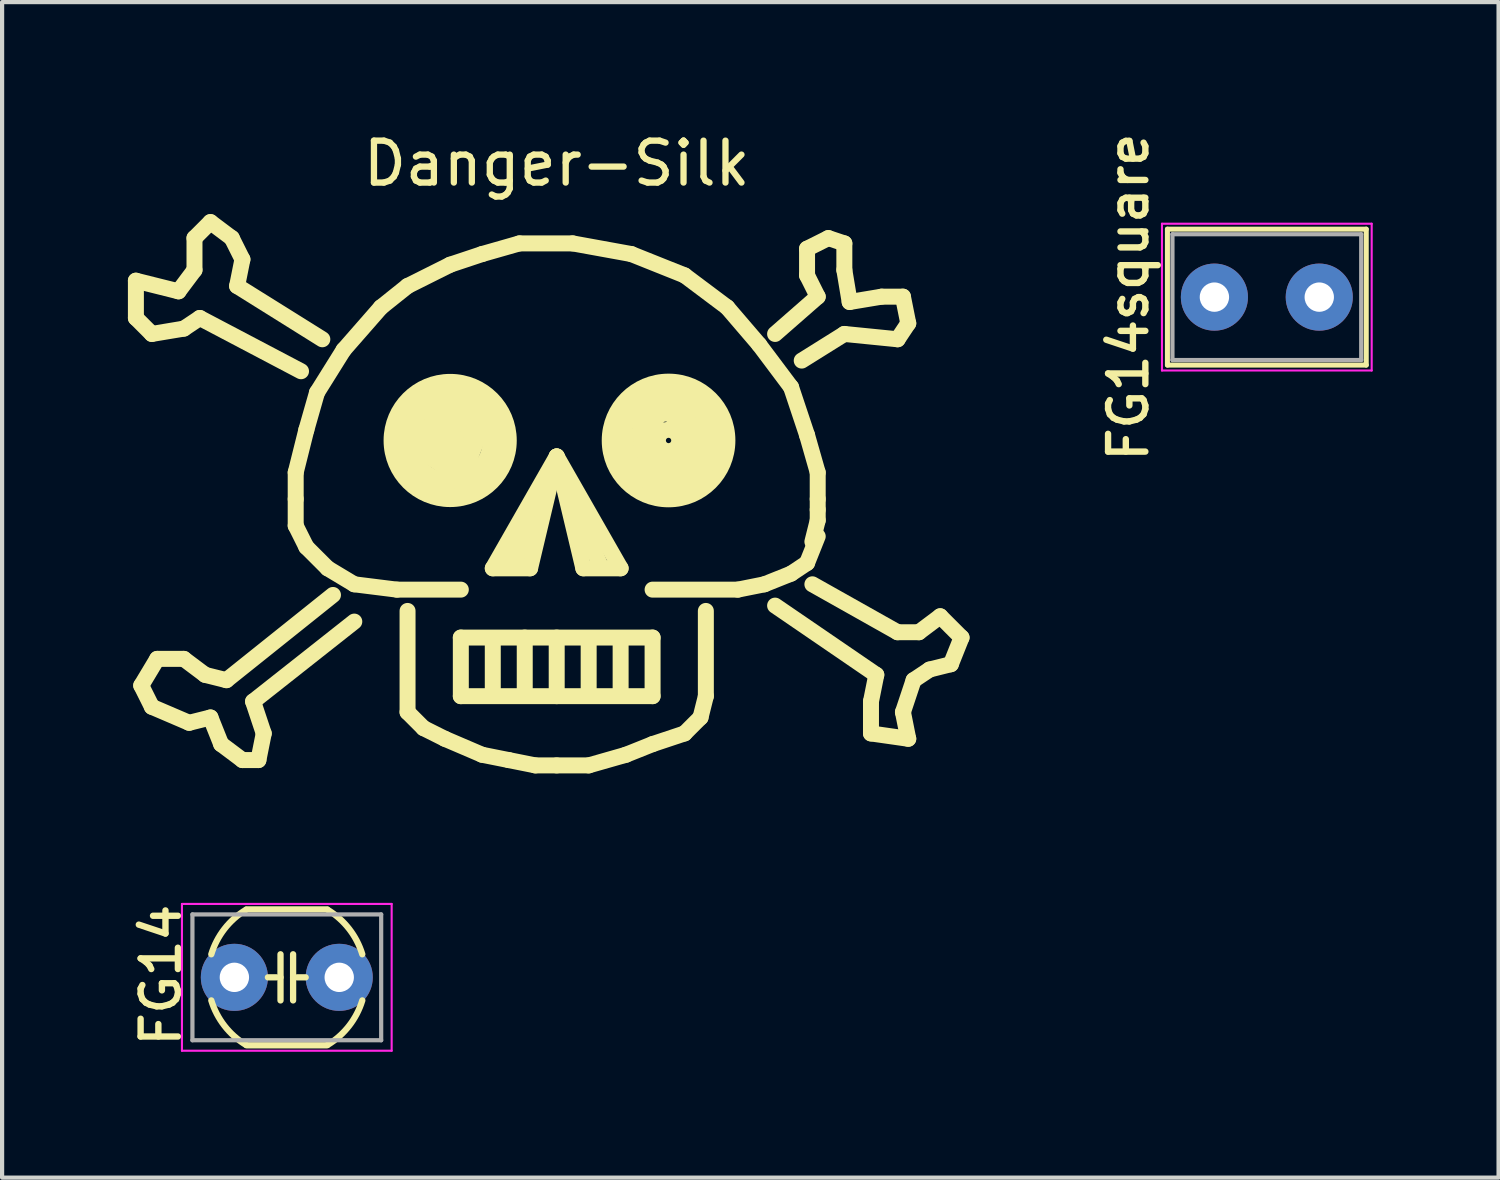
<source format=kicad_pcb>
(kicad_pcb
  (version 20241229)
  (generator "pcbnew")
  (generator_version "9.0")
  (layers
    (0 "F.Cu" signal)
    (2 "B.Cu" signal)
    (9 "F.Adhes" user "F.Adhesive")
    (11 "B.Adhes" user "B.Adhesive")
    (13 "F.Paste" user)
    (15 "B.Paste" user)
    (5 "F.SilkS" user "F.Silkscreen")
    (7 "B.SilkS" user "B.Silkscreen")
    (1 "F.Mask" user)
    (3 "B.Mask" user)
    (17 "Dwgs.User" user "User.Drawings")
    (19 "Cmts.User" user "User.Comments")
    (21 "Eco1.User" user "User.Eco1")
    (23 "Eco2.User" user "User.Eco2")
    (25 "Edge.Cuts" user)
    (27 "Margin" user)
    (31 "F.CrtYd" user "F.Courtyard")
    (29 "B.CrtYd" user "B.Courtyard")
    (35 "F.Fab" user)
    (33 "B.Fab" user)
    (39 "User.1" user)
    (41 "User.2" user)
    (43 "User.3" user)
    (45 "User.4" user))
  (footprint "FG14"
    (layer "F.Cu")
    (at 2.538 20.252)
    (property "Reference" "FG14" (at -1.75 -0.05 90) (layer "F.SilkS") (effects (font (size 0.889 0.889) (thickness 0.152))))
    (attr through_hole)
    (fp_line (start 0.29 -1.62) (end 2.21 -1.62) (stroke (width 0.15) (type solid)) (layer "F.SilkS"))
    (fp_line (start 0.29 1.62) (end 2.21 1.62) (stroke (width 0.15) (type solid)) (layer "F.SilkS"))
    (fp_line (start 0.8 0) (end 1 0) (stroke (width 0.15) (type solid)) (layer "F.SilkS"))
    (fp_line (start 1.1 0) (end 1.1 -0.55) (stroke (width 0.15) (type solid)) (layer "F.SilkS"))
    (fp_line (start 1.1 0.55) (end 1.1 0) (stroke (width 0.15) (type solid)) (layer "F.SilkS"))
    (fp_line (start 1.4 0) (end 1.4 -0.55) (stroke (width 0.15) (type solid)) (layer "F.SilkS"))
    (fp_line (start 1.4 0.55) (end 1.4 0) (stroke (width 0.15) (type solid)) (layer "F.SilkS"))
    (fp_line (start 1.5 0) (end 1.7 0) (stroke (width 0.15) (type solid)) (layer "F.SilkS"))
    (fp_arc (start -0.55 -0.55) (mid -0.235362 -1.155941) (end 0.274736 -1.60977) (stroke (width 0.15) (type solid)) (layer "F.SilkS"))
    (fp_arc (start 0.274736 1.60977) (mid -0.235362 1.155941) (end -0.55 0.55) (stroke (width 0.15) (type solid)) (layer "F.SilkS"))
    (fp_arc (start 2.225264 -1.60977) (mid 2.735362 -1.155941) (end 3.05 -0.55) (stroke (width 0.15) (type solid)) (layer "F.SilkS"))
    (fp_arc (start 3.05 0.55) (mid 2.735362 1.155941) (end 2.225263 1.60977) (stroke (width 0.15) (type solid)) (layer "F.SilkS"))
    (fp_line (start -1.25 -1.75) (end -1.25 1.75) (stroke (width 0.05) (type solid)) (layer "F.CrtYd"))
    (fp_line (start -1.25 1.75) (end 3.75 1.75) (stroke (width 0.05) (type solid)) (layer "F.CrtYd"))
    (fp_line (start 3.75 -1.75) (end -1.25 -1.75) (stroke (width 0.05) (type solid)) (layer "F.CrtYd"))
    (fp_line (start 3.75 1.75) (end 3.75 -1.75) (stroke (width 0.05) (type solid)) (layer "F.CrtYd"))
    (fp_line (start -1 -1.5) (end -1 1.5) (stroke (width 0.1) (type solid)) (layer "F.Fab"))
    (fp_line (start -1 1.5) (end 3.5 1.5) (stroke (width 0.1) (type solid)) (layer "F.Fab"))
    (fp_line (start 3.5 -1.5) (end -1 -1.5) (stroke (width 0.1) (type solid)) (layer "F.Fab"))
    (fp_line (start 3.5 1.5) (end 3.5 -1.5) (stroke (width 0.1) (type solid)) (layer "F.Fab"))
    (pad "1" thru_hole circle (at 0 0) (size 1.6 1.6) (drill 0.7) (layers "*.Cu" "*.Mask"))
    (pad "2" thru_hole circle (at 2.5 0) (size 1.6 1.6) (drill 0.7) (layers "*.Cu" "*.Mask")))
  (footprint "FG14square"
    (layer "F.Cu")
    (at 25.904 4.034)
    (property "Reference" "FG14square" (at -2.05 0 90) (layer "F.SilkS") (effects (font (size 0.889 0.889) (thickness 0.152))))
    (attr through_hole)
    (fp_line (start -1.12 -1.62) (end -1.12 1.62) (stroke (width 0.12) (type solid)) (layer "F.SilkS"))
    (fp_line (start -1.12 -1.62) (end 3.62 -1.62) (stroke (width 0.12) (type solid)) (layer "F.SilkS"))
    (fp_line (start -1.12 1.62) (end 3.62 1.62) (stroke (width 0.12) (type solid)) (layer "F.SilkS"))
    (fp_line (start 3.62 -1.62) (end 3.62 1.62) (stroke (width 0.12) (type solid)) (layer "F.SilkS"))
    (fp_line (start -1.25 -1.75) (end -1.25 1.75) (stroke (width 0.05) (type solid)) (layer "F.CrtYd"))
    (fp_line (start -1.25 1.75) (end 3.75 1.75) (stroke (width 0.05) (type solid)) (layer "F.CrtYd"))
    (fp_line (start 3.75 -1.75) (end -1.25 -1.75) (stroke (width 0.05) (type solid)) (layer "F.CrtYd"))
    (fp_line (start 3.75 1.75) (end 3.75 -1.75) (stroke (width 0.05) (type solid)) (layer "F.CrtYd"))
    (fp_line (start -1 -1.5) (end -1 1.5) (stroke (width 0.1) (type solid)) (layer "F.Fab"))
    (fp_line (start -1 1.5) (end 3.5 1.5) (stroke (width 0.1) (type solid)) (layer "F.Fab"))
    (fp_line (start 3.5 -1.5) (end -1 -1.5) (stroke (width 0.1) (type solid)) (layer "F.Fab"))
    (fp_line (start 3.5 1.5) (end 3.5 -1.5) (stroke (width 0.1) (type solid)) (layer "F.Fab"))
    (pad "1" thru_hole circle (at 0 0) (size 1.6 1.6) (drill 0.7) (layers "*.Cu" "*.Mask"))
    (pad "2" thru_hole circle (at 2.5 0) (size 1.6 1.6) (drill 0.7) (layers "*.Cu" "*.Mask")))
  (footprint "Danger-Silk"
    (layer "F.Cu")
    (at 10.223 8.976)
    (property "Reference" "Danger-Silk" (at 0 -8.128 0) (layer "F.SilkS") (effects (font (size 1 1) (thickness 0.15))))
    (attr through_hole)
    (fp_line (start -10.033 -5.334) (end -10.033 -4.445) (stroke (width 0.381) (type solid)) (layer "F.SilkS"))
    (fp_line (start -10.033 -4.445) (end -9.652 -4.064) (stroke (width 0.381) (type solid)) (layer "F.SilkS"))
    (fp_line (start -9.906 4.318) (end -9.652 4.826) (stroke (width 0.381) (type solid)) (layer "F.SilkS"))
    (fp_line (start -9.652 -4.064) (end -8.89 -4.191) (stroke (width 0.381) (type solid)) (layer "F.SilkS"))
    (fp_line (start -9.652 4.826) (end -8.763 5.207) (stroke (width 0.381) (type solid)) (layer "F.SilkS"))
    (fp_line (start -9.525 3.683) (end -9.906 4.318) (stroke (width 0.381) (type solid)) (layer "F.SilkS"))
    (fp_line (start -9.017 -5.08) (end -10.033 -5.334) (stroke (width 0.381) (type solid)) (layer "F.SilkS"))
    (fp_line (start -8.89 -4.191) (end -8.509 -4.445) (stroke (width 0.381) (type solid)) (layer "F.SilkS"))
    (fp_line (start -8.89 3.683) (end -9.525 3.683) (stroke (width 0.381) (type solid)) (layer "F.SilkS"))
    (fp_line (start -8.763 5.207) (end -8.255 5.08) (stroke (width 0.381) (type solid)) (layer "F.SilkS"))
    (fp_line (start -8.636 -6.35) (end -8.636 -5.588) (stroke (width 0.381) (type solid)) (layer "F.SilkS"))
    (fp_line (start -8.636 -5.588) (end -9.017 -5.08) (stroke (width 0.381) (type solid)) (layer "F.SilkS"))
    (fp_line (start -8.509 -4.445) (end -6.096 -3.175) (stroke (width 0.381) (type solid)) (layer "F.SilkS"))
    (fp_line (start -8.382 4.064) (end -8.89 3.683) (stroke (width 0.381) (type solid)) (layer "F.SilkS"))
    (fp_line (start -8.255 -6.731) (end -8.636 -6.35) (stroke (width 0.381) (type solid)) (layer "F.SilkS"))
    (fp_line (start -8.255 5.08) (end -8.001 5.715) (stroke (width 0.381) (type solid)) (layer "F.SilkS"))
    (fp_line (start -8.001 5.715) (end -7.493 6.096) (stroke (width 0.381) (type solid)) (layer "F.SilkS"))
    (fp_line (start -7.874 4.191) (end -8.382 4.064) (stroke (width 0.381) (type solid)) (layer "F.SilkS"))
    (fp_line (start -7.747 -6.35) (end -8.255 -6.731) (stroke (width 0.381) (type solid)) (layer "F.SilkS"))
    (fp_line (start -7.62 -5.207) (end -7.493 -5.842) (stroke (width 0.381) (type solid)) (layer "F.SilkS"))
    (fp_line (start -7.493 -5.842) (end -7.747 -6.35) (stroke (width 0.381) (type solid)) (layer "F.SilkS"))
    (fp_line (start -7.493 6.096) (end -7.112 6.096) (stroke (width 0.381) (type solid)) (layer "F.SilkS"))
    (fp_line (start -7.239 4.699) (end -4.826 2.794) (stroke (width 0.381) (type solid)) (layer "F.SilkS"))
    (fp_line (start -7.112 6.096) (end -6.985 5.461) (stroke (width 0.381) (type solid)) (layer "F.SilkS"))
    (fp_line (start -6.985 5.461) (end -7.239 4.699) (stroke (width 0.381) (type solid)) (layer "F.SilkS"))
    (fp_line (start -6.223 -0.762) (end -5.969 -1.778) (stroke (width 0.381) (type solid)) (layer "F.SilkS"))
    (fp_line (start -6.223 -0.127) (end -6.223 -0.762) (stroke (width 0.381) (type solid)) (layer "F.SilkS"))
    (fp_line (start -6.223 0.508) (end -6.223 -0.127) (stroke (width 0.381) (type solid)) (layer "F.SilkS"))
    (fp_line (start -5.969 -1.778) (end -5.715 -2.667) (stroke (width 0.381) (type solid)) (layer "F.SilkS"))
    (fp_line (start -5.969 1.016) (end -6.223 0.508) (stroke (width 0.381) (type solid)) (layer "F.SilkS"))
    (fp_line (start -5.715 -2.667) (end -5.08 -3.683) (stroke (width 0.381) (type solid)) (layer "F.SilkS"))
    (fp_line (start -5.588 -3.937) (end -7.62 -5.207) (stroke (width 0.381) (type solid)) (layer "F.SilkS"))
    (fp_line (start -5.461 1.524) (end -5.969 1.016) (stroke (width 0.381) (type solid)) (layer "F.SilkS"))
    (fp_line (start -5.334 2.159) (end -7.874 4.191) (stroke (width 0.381) (type solid)) (layer "F.SilkS"))
    (fp_line (start -5.08 -3.683) (end -4.191 -4.699) (stroke (width 0.381) (type solid)) (layer "F.SilkS"))
    (fp_line (start -4.826 1.905) (end -5.461 1.524) (stroke (width 0.381) (type solid)) (layer "F.SilkS"))
    (fp_line (start -4.191 -4.699) (end -3.556 -5.207) (stroke (width 0.381) (type solid)) (layer "F.SilkS"))
    (fp_line (start -3.81 2.032) (end -4.826 1.905) (stroke (width 0.381) (type solid)) (layer "F.SilkS"))
    (fp_line (start -3.683 -1.905) (end -3.683 -1.27) (stroke (width 0.381) (type solid)) (layer "F.SilkS"))
    (fp_line (start -3.683 -1.27) (end -3.429 -0.762) (stroke (width 0.381) (type solid)) (layer "F.SilkS"))
    (fp_line (start -3.556 -5.207) (end -2.54 -5.715) (stroke (width 0.381) (type solid)) (layer "F.SilkS"))
    (fp_line (start -3.556 2.54) (end -3.556 4.953) (stroke (width 0.381) (type solid)) (layer "F.SilkS"))
    (fp_line (start -3.556 4.953) (end -3.175 5.334) (stroke (width 0.381) (type solid)) (layer "F.SilkS"))
    (fp_line (start -3.429 -0.762) (end -3.048 -0.508) (stroke (width 0.381) (type solid)) (layer "F.SilkS"))
    (fp_line (start -3.302 -1.524) (end -3.048 -1.143) (stroke (width 0.381) (type solid)) (layer "F.SilkS"))
    (fp_line (start -3.175 -2.413) (end -3.683 -1.905) (stroke (width 0.381) (type solid)) (layer "F.SilkS"))
    (fp_line (start -3.175 5.334) (end -2.667 5.588) (stroke (width 0.381) (type solid)) (layer "F.SilkS"))
    (fp_line (start -3.048 -1.143) (end -2.667 -0.889) (stroke (width 0.381) (type solid)) (layer "F.SilkS"))
    (fp_line (start -3.048 -0.508) (end -2.54 -0.381) (stroke (width 0.381) (type solid)) (layer "F.SilkS"))
    (fp_line (start -2.921 -2.032) (end -3.302 -1.524) (stroke (width 0.381) (type solid)) (layer "F.SilkS"))
    (fp_line (start -2.794 -1.397) (end -2.413 -1.27) (stroke (width 0.381) (type solid)) (layer "F.SilkS"))
    (fp_line (start -2.667 -2.667) (end -3.175 -2.413) (stroke (width 0.381) (type solid)) (layer "F.SilkS"))
    (fp_line (start -2.667 -0.889) (end -2.159 -0.889) (stroke (width 0.381) (type solid)) (layer "F.SilkS"))
    (fp_line (start -2.667 5.588) (end -1.778 5.969) (stroke (width 0.381) (type solid)) (layer "F.SilkS"))
    (fp_line (start -2.54 -5.715) (end -1.778 -5.969) (stroke (width 0.381) (type solid)) (layer "F.SilkS"))
    (fp_line (start -2.54 -2.667) (end -2.921 -2.032) (stroke (width 0.381) (type solid)) (layer "F.SilkS"))
    (fp_line (start -2.54 -2.286) (end -2.794 -1.397) (stroke (width 0.381) (type solid)) (layer "F.SilkS"))
    (fp_line (start -2.54 -0.381) (end -1.778 -0.635) (stroke (width 0.381) (type solid)) (layer "F.SilkS"))
    (fp_line (start -2.413 -1.27) (end -2.413 -1.778) (stroke (width 0.381) (type solid)) (layer "F.SilkS"))
    (fp_line (start -2.286 2.032) (end -3.81 2.032) (stroke (width 0.381) (type solid)) (layer "F.SilkS"))
    (fp_line (start -2.286 3.175) (end 2.286 3.175) (stroke (width 0.381) (type solid)) (layer "F.SilkS"))
    (fp_line (start -2.286 4.572) (end -2.286 3.175) (stroke (width 0.381) (type solid)) (layer "F.SilkS"))
    (fp_line (start -2.159 -0.889) (end -1.905 -1.524) (stroke (width 0.381) (type solid)) (layer "F.SilkS"))
    (fp_line (start -2.032 -2.667) (end -2.54 -2.667) (stroke (width 0.381) (type solid)) (layer "F.SilkS"))
    (fp_line (start -2.032 -2.032) (end -2.54 -2.286) (stroke (width 0.381) (type solid)) (layer "F.SilkS"))
    (fp_line (start -1.905 -1.524) (end -2.032 -2.032) (stroke (width 0.381) (type solid)) (layer "F.SilkS"))
    (fp_line (start -1.778 -5.969) (end -0.889 -6.223) (stroke (width 0.381) (type solid)) (layer "F.SilkS"))
    (fp_line (start -1.778 -0.635) (end -1.397 -1.27) (stroke (width 0.381) (type solid)) (layer "F.SilkS"))
    (fp_line (start -1.778 5.969) (end -1.143 6.096) (stroke (width 0.381) (type solid)) (layer "F.SilkS"))
    (fp_line (start -1.651 -2.159) (end -2.032 -2.667) (stroke (width 0.381) (type solid)) (layer "F.SilkS"))
    (fp_line (start -1.524 1.524) (end 0 -1.143) (stroke (width 0.381) (type solid)) (layer "F.SilkS"))
    (fp_line (start -1.524 3.302) (end -1.524 4.445) (stroke (width 0.381) (type solid)) (layer "F.SilkS"))
    (fp_line (start -1.397 -1.905) (end -1.651 -2.159) (stroke (width 0.381) (type solid)) (layer "F.SilkS"))
    (fp_line (start -1.397 -1.27) (end -1.397 -1.905) (stroke (width 0.381) (type solid)) (layer "F.SilkS"))
    (fp_line (start -1.143 6.096) (end -0.508 6.223) (stroke (width 0.381) (type solid)) (layer "F.SilkS"))
    (fp_line (start -1.016 1.397) (end -0.635 0.762) (stroke (width 0.381) (type solid)) (layer "F.SilkS"))
    (fp_line (start -0.889 -6.223) (end 0.381 -6.223) (stroke (width 0.381) (type solid)) (layer "F.SilkS"))
    (fp_line (start -0.762 3.175) (end -0.762 4.445) (stroke (width 0.381) (type solid)) (layer "F.SilkS"))
    (fp_line (start -0.635 1.524) (end -1.524 1.524) (stroke (width 0.381) (type solid)) (layer "F.SilkS"))
    (fp_line (start -0.508 6.223) (end 0 6.223) (stroke (width 0.381) (type solid)) (layer "F.SilkS"))
    (fp_line (start -0.381 -0.254) (end -1.143 1.27) (stroke (width 0.381) (type solid)) (layer "F.SilkS"))
    (fp_line (start 0 -1.143) (end -0.635 1.524) (stroke (width 0.381) (type solid)) (layer "F.SilkS"))
    (fp_line (start 0 -1.143) (end 1.524 1.524) (stroke (width 0.381) (type solid)) (layer "F.SilkS"))
    (fp_line (start 0 3.175) (end 0 4.572) (stroke (width 0.381) (type solid)) (layer "F.SilkS"))
    (fp_line (start 0.381 -6.223) (end 1.778 -5.969) (stroke (width 0.381) (type solid)) (layer "F.SilkS"))
    (fp_line (start 0.381 0) (end 1.016 1.397) (stroke (width 0.381) (type solid)) (layer "F.SilkS"))
    (fp_line (start 0.635 1.524) (end 0 -1.143) (stroke (width 0.381) (type solid)) (layer "F.SilkS"))
    (fp_line (start 0.762 3.302) (end 0.762 4.445) (stroke (width 0.381) (type solid)) (layer "F.SilkS"))
    (fp_line (start 0.762 6.223) (end 0 6.223) (stroke (width 0.381) (type solid)) (layer "F.SilkS"))
    (fp_line (start 1.524 1.524) (end 0.635 1.524) (stroke (width 0.381) (type solid)) (layer "F.SilkS"))
    (fp_line (start 1.524 3.302) (end 1.524 4.445) (stroke (width 0.381) (type solid)) (layer "F.SilkS"))
    (fp_line (start 1.651 5.969) (end 0.762 6.223) (stroke (width 0.381) (type solid)) (layer "F.SilkS"))
    (fp_line (start 1.778 -5.969) (end 3.048 -5.461) (stroke (width 0.381) (type solid)) (layer "F.SilkS"))
    (fp_line (start 1.778 -1.143) (end 2.54 -0.762) (stroke (width 0.381) (type solid)) (layer "F.SilkS"))
    (fp_line (start 2.159 -2.286) (end 1.778 -1.143) (stroke (width 0.381) (type solid)) (layer "F.SilkS"))
    (fp_line (start 2.286 -1.524) (end 2.413 -1.143) (stroke (width 0.381) (type solid)) (layer "F.SilkS"))
    (fp_line (start 2.286 2.032) (end 4.318 2.032) (stroke (width 0.381) (type solid)) (layer "F.SilkS"))
    (fp_line (start 2.286 3.175) (end 2.286 4.572) (stroke (width 0.381) (type solid)) (layer "F.SilkS"))
    (fp_line (start 2.286 4.572) (end -2.286 4.572) (stroke (width 0.381) (type solid)) (layer "F.SilkS"))
    (fp_line (start 2.286 5.715) (end 1.651 5.969) (stroke (width 0.381) (type solid)) (layer "F.SilkS"))
    (fp_line (start 2.413 -2.286) (end 2.286 -1.524) (stroke (width 0.381) (type solid)) (layer "F.SilkS"))
    (fp_line (start 2.413 -1.143) (end 2.794 -1.143) (stroke (width 0.381) (type solid)) (layer "F.SilkS"))
    (fp_line (start 2.54 -0.762) (end 3.175 -0.762) (stroke (width 0.381) (type solid)) (layer "F.SilkS"))
    (fp_line (start 2.794 -1.143) (end 3.048 -1.524) (stroke (width 0.381) (type solid)) (layer "F.SilkS"))
    (fp_line (start 3.048 -5.461) (end 4.064 -4.699) (stroke (width 0.381) (type solid)) (layer "F.SilkS"))
    (fp_line (start 3.048 -2.286) (end 2.413 -2.286) (stroke (width 0.381) (type solid)) (layer "F.SilkS"))
    (fp_line (start 3.048 -1.524) (end 2.794 -1.905) (stroke (width 0.381) (type solid)) (layer "F.SilkS"))
    (fp_line (start 3.048 5.461) (end 2.286 5.715) (stroke (width 0.381) (type solid)) (layer "F.SilkS"))
    (fp_line (start 3.175 -0.762) (end 3.556 -1.397) (stroke (width 0.381) (type solid)) (layer "F.SilkS"))
    (fp_line (start 3.429 -1.905) (end 3.048 -2.286) (stroke (width 0.381) (type solid)) (layer "F.SilkS"))
    (fp_line (start 3.429 5.08) (end 3.048 5.461) (stroke (width 0.381) (type solid)) (layer "F.SilkS"))
    (fp_line (start 3.556 -1.397) (end 3.429 -1.905) (stroke (width 0.381) (type solid)) (layer "F.SilkS"))
    (fp_line (start 3.556 2.54) (end 3.556 4.572) (stroke (width 0.381) (type solid)) (layer "F.SilkS"))
    (fp_line (start 3.556 4.572) (end 3.429 5.08) (stroke (width 0.381) (type solid)) (layer "F.SilkS"))
    (fp_line (start 4.064 -4.699) (end 4.826 -3.81) (stroke (width 0.381) (type solid)) (layer "F.SilkS"))
    (fp_line (start 4.318 2.032) (end 4.953 1.905) (stroke (width 0.381) (type solid)) (layer "F.SilkS"))
    (fp_line (start 4.826 -3.81) (end 5.588 -2.794) (stroke (width 0.381) (type solid)) (layer "F.SilkS"))
    (fp_line (start 4.953 1.905) (end 5.588 1.651) (stroke (width 0.381) (type solid)) (layer "F.SilkS"))
    (fp_line (start 5.207 -4.064) (end 6.223 -4.953) (stroke (width 0.381) (type solid)) (layer "F.SilkS"))
    (fp_line (start 5.588 -2.794) (end 5.969 -1.651) (stroke (width 0.381) (type solid)) (layer "F.SilkS"))
    (fp_line (start 5.588 1.651) (end 5.969 1.397) (stroke (width 0.381) (type solid)) (layer "F.SilkS"))
    (fp_line (start 5.969 -6.096) (end 6.477 -6.35) (stroke (width 0.381) (type solid)) (layer "F.SilkS"))
    (fp_line (start 5.969 -5.461) (end 5.969 -6.096) (stroke (width 0.381) (type solid)) (layer "F.SilkS"))
    (fp_line (start 5.969 -1.651) (end 6.223 -0.762) (stroke (width 0.381) (type solid)) (layer "F.SilkS"))
    (fp_line (start 5.969 1.397) (end 6.223 0.762) (stroke (width 0.381) (type solid)) (layer "F.SilkS"))
    (fp_line (start 6.096 1.905) (end 8.128 3.048) (stroke (width 0.381) (type solid)) (layer "F.SilkS"))
    (fp_line (start 6.223 -4.953) (end 5.969 -5.461) (stroke (width 0.381) (type solid)) (layer "F.SilkS"))
    (fp_line (start 6.223 -0.762) (end 6.223 -0.127) (stroke (width 0.381) (type solid)) (layer "F.SilkS"))
    (fp_line (start 6.223 -0.127) (end 6.223 0.127) (stroke (width 0.381) (type solid)) (layer "F.SilkS"))
    (fp_line (start 6.223 0.127) (end 6.223 0.381) (stroke (width 0.381) (type solid)) (layer "F.SilkS"))
    (fp_line (start 6.223 0.381) (end 6.096 0.889) (stroke (width 0.381) (type solid)) (layer "F.SilkS"))
    (fp_line (start 6.477 -6.35) (end 6.858 -6.223) (stroke (width 0.381) (type solid)) (layer "F.SilkS"))
    (fp_line (start 6.858 -6.223) (end 6.858 -5.588) (stroke (width 0.381) (type solid)) (layer "F.SilkS"))
    (fp_line (start 6.858 -5.588) (end 6.985 -4.826) (stroke (width 0.381) (type solid)) (layer "F.SilkS"))
    (fp_line (start 6.858 -4.064) (end 5.842 -3.429) (stroke (width 0.381) (type solid)) (layer "F.SilkS"))
    (fp_line (start 6.985 -4.826) (end 7.747 -4.953) (stroke (width 0.381) (type solid)) (layer "F.SilkS"))
    (fp_line (start 7.493 4.699) (end 7.62 4.064) (stroke (width 0.381) (type solid)) (layer "F.SilkS"))
    (fp_line (start 7.493 5.461) (end 7.493 4.699) (stroke (width 0.381) (type solid)) (layer "F.SilkS"))
    (fp_line (start 7.62 4.064) (end 5.207 2.413) (stroke (width 0.381) (type solid)) (layer "F.SilkS"))
    (fp_line (start 7.747 -4.953) (end 8.255 -4.953) (stroke (width 0.381) (type solid)) (layer "F.SilkS"))
    (fp_line (start 8.128 -3.937) (end 6.858 -4.064) (stroke (width 0.381) (type solid)) (layer "F.SilkS"))
    (fp_line (start 8.128 3.048) (end 8.636 3.048) (stroke (width 0.381) (type solid)) (layer "F.SilkS"))
    (fp_line (start 8.255 -4.953) (end 8.382 -4.318) (stroke (width 0.381) (type solid)) (layer "F.SilkS"))
    (fp_line (start 8.255 4.953) (end 8.382 5.588) (stroke (width 0.381) (type solid)) (layer "F.SilkS"))
    (fp_line (start 8.382 -4.318) (end 8.128 -3.937) (stroke (width 0.381) (type solid)) (layer "F.SilkS"))
    (fp_line (start 8.382 5.588) (end 7.493 5.461) (stroke (width 0.381) (type solid)) (layer "F.SilkS"))
    (fp_line (start 8.509 4.191) (end 8.255 4.953) (stroke (width 0.381) (type solid)) (layer "F.SilkS"))
    (fp_line (start 8.636 3.048) (end 9.144 2.667) (stroke (width 0.381) (type solid)) (layer "F.SilkS"))
    (fp_line (start 8.89 3.937) (end 8.509 4.191) (stroke (width 0.381) (type solid)) (layer "F.SilkS"))
    (fp_line (start 9.144 2.667) (end 9.652 3.175) (stroke (width 0.381) (type solid)) (layer "F.SilkS"))
    (fp_line (start 9.398 3.81) (end 8.89 3.937) (stroke (width 0.381) (type solid)) (layer "F.SilkS"))
    (fp_line (start 9.652 3.175) (end 9.398 3.81) (stroke (width 0.381) (type solid)) (layer "F.SilkS"))
    (fp_circle (center -2.54 -1.524) (end -2.54 -1.397) (stroke (width 0.381) (type solid)) (fill no) (layer "F.SilkS"))
    (fp_circle (center -2.54 -1.524) (end -2.54 -0.127) (stroke (width 0.381) (type solid)) (fill no) (layer "F.SilkS"))
    (fp_circle (center -2.54 -1.524) (end -2.413 -1.016) (stroke (width 0.381) (type solid)) (fill no) (layer "F.SilkS"))
    (fp_circle (center -2.54 -1.524) (end -2.159 -0.635) (stroke (width 0.381) (type solid)) (fill no) (layer "F.SilkS"))
    (fp_circle (center 2.667 -1.524) (end 2.667 -1.27) (stroke (width 0.381) (type solid)) (fill no) (layer "F.SilkS"))
    (fp_circle (center 2.667 -1.524) (end 2.794 -0.889) (stroke (width 0.381) (type solid)) (fill no) (layer "F.SilkS"))
    (fp_circle (center 2.667 -1.524) (end 2.794 -0.127) (stroke (width 0.381) (type solid)) (fill no) (layer "F.SilkS"))
    (fp_circle (center 2.667 -1.524) (end 3.048 -0.508) (stroke (width 0.381) (type solid)) (fill no) (layer "F.SilkS")))
  (gr_rect
    (start -3 -3)
    (end 32.679 25.027)
    (stroke (width 0.1) (type default))
    (fill no)
    (layer "Edge.Cuts")))
</source>
